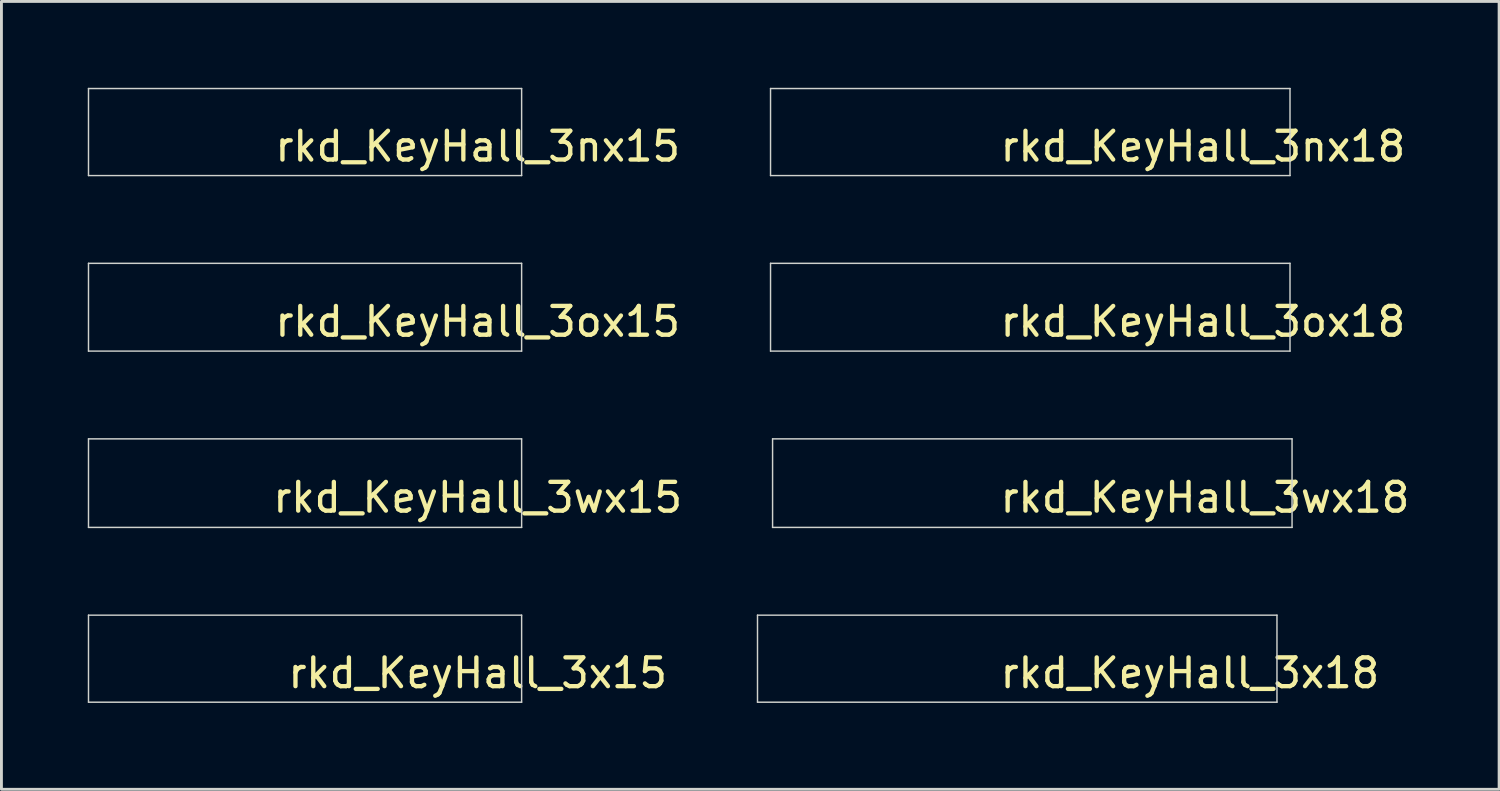
<source format=kicad_pcb>
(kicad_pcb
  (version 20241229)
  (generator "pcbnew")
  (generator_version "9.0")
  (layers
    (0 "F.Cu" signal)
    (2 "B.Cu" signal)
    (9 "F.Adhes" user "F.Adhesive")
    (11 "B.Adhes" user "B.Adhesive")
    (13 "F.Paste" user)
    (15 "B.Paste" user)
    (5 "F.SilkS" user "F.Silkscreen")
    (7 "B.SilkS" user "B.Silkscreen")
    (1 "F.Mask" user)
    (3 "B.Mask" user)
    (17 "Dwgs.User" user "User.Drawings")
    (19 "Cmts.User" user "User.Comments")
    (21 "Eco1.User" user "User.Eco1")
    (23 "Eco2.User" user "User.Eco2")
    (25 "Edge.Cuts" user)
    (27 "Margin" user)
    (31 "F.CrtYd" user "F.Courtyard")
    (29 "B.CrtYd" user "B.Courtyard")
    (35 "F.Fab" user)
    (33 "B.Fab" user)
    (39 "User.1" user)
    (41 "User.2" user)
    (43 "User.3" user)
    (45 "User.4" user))
  (footprint "rkd_KeyHall_3ox15"
    (layer "F.Cu")
    (at 7.55 7.625)
    (property "Reference" "rkd_KeyHall_3ox15" (at 6 0.5 0) (layer "F.SilkS") (effects (font (size 1 1) (thickness 0.15))))
    (attr through_hole)
    (fp_line (start -7.525 1.525) (end -7.525 -1.525) (stroke (width 0.05) (type default)) (layer "Edge.Cuts"))
    (fp_line (start 7.525 -1.525) (end -7.525 -1.525) (stroke (width 0.05) (type default)) (layer "Edge.Cuts"))
    (fp_line (start 7.525 -1.525) (end 7.525 1.525) (stroke (width 0.05) (type default)) (layer "Edge.Cuts"))
    (fp_line (start 7.525 1.525) (end -7.525 1.525) (stroke (width 0.05) (type default)) (layer "Edge.Cuts")))
  (footprint "rkd_KeyHall_3ox18"
    (layer "F.Cu")
    (at 32.749 7.625)
    (property "Reference" "rkd_KeyHall_3ox18" (at 6 0.5 0) (layer "F.SilkS") (effects (font (size 1 1) (thickness 0.15))))
    (attr through_hole board_only exclude_from_pos_files)
    (fp_line (start -9.025 1.525) (end -9.025 -1.525) (stroke (width 0.05) (type default)) (layer "Edge.Cuts"))
    (fp_line (start 9.025 -1.525) (end -9.025 -1.525) (stroke (width 0.05) (type default)) (layer "Edge.Cuts"))
    (fp_line (start 9.025 -1.525) (end 9.025 1.525) (stroke (width 0.05) (type default)) (layer "Edge.Cuts"))
    (fp_line (start 9.025 1.525) (end -9.025 1.525) (stroke (width 0.05) (type default)) (layer "Edge.Cuts")))
  (footprint "rkd_KeyHall_3wx15"
    (layer "F.Cu")
    (at 7.55 13.738)
    (property "Reference" "rkd_KeyHall_3wx15" (at 6 0.5 0) (layer "F.SilkS") (effects (font (size 1 1) (thickness 0.15))))
    (attr through_hole)
    (fp_line (start -7.525 1.538) (end -7.525 -1.538) (stroke (width 0.05) (type default)) (layer "Edge.Cuts"))
    (fp_line (start 7.525 -1.538) (end -7.525 -1.538) (stroke (width 0.05) (type default)) (layer "Edge.Cuts"))
    (fp_line (start 7.525 -1.538) (end 7.525 1.538) (stroke (width 0.05) (type default)) (layer "Edge.Cuts"))
    (fp_line (start 7.525 1.538) (end -7.525 1.538) (stroke (width 0.05) (type default)) (layer "Edge.Cuts")))
  (footprint "rkd_KeyHall_3x18"
    (layer "F.Cu")
    (at 32.296 19.837)
    (property "Reference" "rkd_KeyHall_3x18" (at 6 0.5 0) (layer "F.SilkS") (effects (font (size 1 1) (thickness 0.15))))
    (attr through_hole)
    (fp_line (start -9.025 1.512) (end -9.025 -1.512) (stroke (width 0.05) (type default)) (layer "Edge.Cuts"))
    (fp_line (start 9.025 -1.512) (end -9.025 -1.512) (stroke (width 0.05) (type default)) (layer "Edge.Cuts"))
    (fp_line (start 9.025 -1.512) (end 9.025 1.512) (stroke (width 0.05) (type default)) (layer "Edge.Cuts"))
    (fp_line (start 9.025 1.512) (end -9.025 1.512) (stroke (width 0.05) (type default)) (layer "Edge.Cuts")))
  (footprint "rkd_KeyHall_3wx18"
    (layer "F.Cu")
    (at 32.82 13.738)
    (property "Reference" "rkd_KeyHall_3wx18" (at 6 0.5 0) (layer "F.SilkS") (effects (font (size 1 1) (thickness 0.15))))
    (attr through_hole)
    (fp_line (start -9.025 1.538) (end -9.025 -1.538) (stroke (width 0.05) (type default)) (layer "Edge.Cuts"))
    (fp_line (start 9.025 -1.538) (end -9.025 -1.538) (stroke (width 0.05) (type default)) (layer "Edge.Cuts"))
    (fp_line (start 9.025 -1.538) (end 9.025 1.538) (stroke (width 0.05) (type default)) (layer "Edge.Cuts"))
    (fp_line (start 9.025 1.538) (end -9.025 1.538) (stroke (width 0.05) (type default)) (layer "Edge.Cuts")))
  (footprint "rkd_KeyHall_3nx15"
    (layer "F.Cu")
    (at 7.55 1.538)
    (property "Reference" "rkd_KeyHall_3nx15" (at 6 0.5 0) (layer "F.SilkS") (effects (font (size 1 1) (thickness 0.15))))
    (attr through_hole board_only exclude_from_pos_files)
    (fp_line (start -7.525 1.512) (end -7.525 -1.512) (stroke (width 0.05) (type default)) (layer "Edge.Cuts"))
    (fp_line (start 7.525 -1.512) (end -7.525 -1.512) (stroke (width 0.05) (type default)) (layer "Edge.Cuts"))
    (fp_line (start 7.525 -1.512) (end 7.525 1.512) (stroke (width 0.05) (type default)) (layer "Edge.Cuts"))
    (fp_line (start 7.525 1.512) (end -7.525 1.512) (stroke (width 0.05) (type default)) (layer "Edge.Cuts")))
  (footprint "rkd_KeyHall_3x15"
    (layer "F.Cu")
    (at 7.55 19.837)
    (property "Reference" "rkd_KeyHall_3x15" (at 6 0.5 0) (layer "F.SilkS") (effects (font (size 1 1) (thickness 0.15))))
    (attr through_hole)
    (fp_line (start -7.525 1.512) (end -7.525 -1.512) (stroke (width 0.05) (type default)) (layer "Edge.Cuts"))
    (fp_line (start 7.525 -1.512) (end -7.525 -1.512) (stroke (width 0.05) (type default)) (layer "Edge.Cuts"))
    (fp_line (start 7.525 -1.512) (end 7.525 1.512) (stroke (width 0.05) (type default)) (layer "Edge.Cuts"))
    (fp_line (start 7.525 1.512) (end -7.525 1.512) (stroke (width 0.05) (type default)) (layer "Edge.Cuts")))
  (footprint "rkd_KeyHall_3nx18"
    (layer "F.Cu")
    (at 32.749 1.538)
    (property "Reference" "rkd_KeyHall_3nx18" (at 6 0.5 0) (layer "F.SilkS") (effects (font (size 1 1) (thickness 0.15))))
    (attr through_hole)
    (fp_line (start -9.025 1.512) (end -9.025 -1.512) (stroke (width 0.05) (type default)) (layer "Edge.Cuts"))
    (fp_line (start 9.025 -1.512) (end -9.025 -1.512) (stroke (width 0.05) (type default)) (layer "Edge.Cuts"))
    (fp_line (start 9.025 -1.512) (end 9.025 1.512) (stroke (width 0.05) (type default)) (layer "Edge.Cuts"))
    (fp_line (start 9.025 1.512) (end -9.025 1.512) (stroke (width 0.05) (type default)) (layer "Edge.Cuts")))
  (gr_rect
    (start -3 -3)
    (end 49.04 24.375)
    (stroke (width 0.1) (type default))
    (fill no)
    (layer "Edge.Cuts")))
</source>
